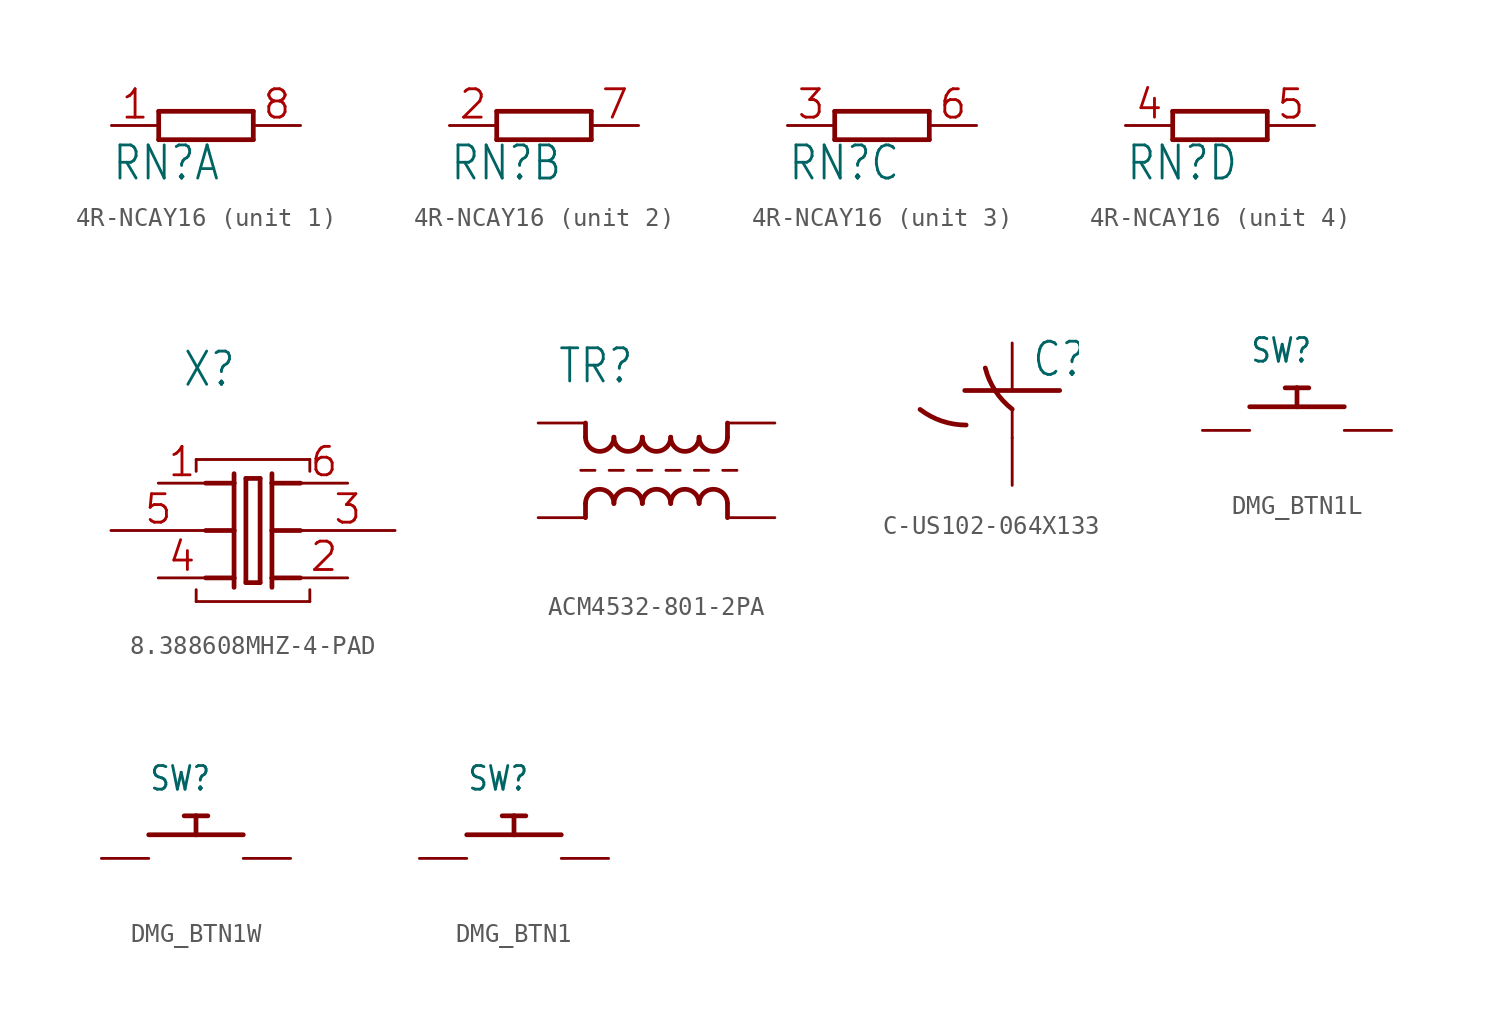
<source format=kicad_sym>
(kicad_symbol_lib
  (version 20241209)
  (generator "kicad_symbol_editor")
  (generator_version "9.0")
  (symbol "4R-NCAY16"
    (property "Reference" "RN"
      (at -5.08 -3.048 0)
      (effects (font (size 1.778 1.511)) (justify left bottom)))
    (property "Value" ""
      (at 2.54 -3.048 0)
      (effects (font (size 1.778 1.511)) (justify left bottom)))
    (property "ki_locked" ""
      (at 0 0 0)
      (effects (font (size 1.27 1.27))))
    (symbol "4R-NCAY16_1_0"
      (polyline (pts (xy -2.54 0.762) (xy -2.54 -0.762)) (stroke (width 0.254) (type solid)) (fill (type none)))
      (polyline (pts (xy -2.54 -0.762) (xy 2.54 -0.762)) (stroke (width 0.254) (type solid)) (fill (type none)))
      (polyline (pts (xy 2.54 0.762) (xy -2.54 0.762)) (stroke (width 0.254) (type solid)) (fill (type none)))
      (polyline (pts (xy 2.54 -0.762) (xy 2.54 0.762)) (stroke (width 0.254) (type solid)) (fill (type none)))
      (pin passive line (at -5.08 0 0) (length 2.54) (name "1" (effects (font (size 0 0)))) (number "1" (effects (font (size 1.524 1.524)))))
      (pin passive line (at 5.08 0 180) (length 2.54) (name "2" (effects (font (size 0 0)))) (number "8" (effects (font (size 1.524 1.524))))))
    (symbol "4R-NCAY16_2_0"
      (polyline (pts (xy -2.54 0.762) (xy -2.54 -0.762)) (stroke (width 0.254) (type solid)) (fill (type none)))
      (polyline (pts (xy -2.54 -0.762) (xy 2.54 -0.762)) (stroke (width 0.254) (type solid)) (fill (type none)))
      (polyline (pts (xy 2.54 0.762) (xy -2.54 0.762)) (stroke (width 0.254) (type solid)) (fill (type none)))
      (polyline (pts (xy 2.54 -0.762) (xy 2.54 0.762)) (stroke (width 0.254) (type solid)) (fill (type none)))
      (pin passive line (at -5.08 0 0) (length 2.54) (name "1" (effects (font (size 0 0)))) (number "2" (effects (font (size 1.524 1.524)))))
      (pin passive line (at 5.08 0 180) (length 2.54) (name "2" (effects (font (size 0 0)))) (number "7" (effects (font (size 1.524 1.524))))))
    (symbol "4R-NCAY16_3_0"
      (polyline (pts (xy -2.54 0.762) (xy -2.54 -0.762)) (stroke (width 0.254) (type solid)) (fill (type none)))
      (polyline (pts (xy -2.54 -0.762) (xy 2.54 -0.762)) (stroke (width 0.254) (type solid)) (fill (type none)))
      (polyline (pts (xy 2.54 0.762) (xy -2.54 0.762)) (stroke (width 0.254) (type solid)) (fill (type none)))
      (polyline (pts (xy 2.54 -0.762) (xy 2.54 0.762)) (stroke (width 0.254) (type solid)) (fill (type none)))
      (pin passive line (at -5.08 0 0) (length 2.54) (name "1" (effects (font (size 0 0)))) (number "3" (effects (font (size 1.524 1.524)))))
      (pin passive line (at 5.08 0 180) (length 2.54) (name "2" (effects (font (size 0 0)))) (number "6" (effects (font (size 1.524 1.524))))))
    (symbol "4R-NCAY16_4_0"
      (polyline (pts (xy -2.54 0.762) (xy -2.54 -0.762)) (stroke (width 0.254) (type solid)) (fill (type none)))
      (polyline (pts (xy -2.54 -0.762) (xy 2.54 -0.762)) (stroke (width 0.254) (type solid)) (fill (type none)))
      (polyline (pts (xy 2.54 0.762) (xy -2.54 0.762)) (stroke (width 0.254) (type solid)) (fill (type none)))
      (polyline (pts (xy 2.54 -0.762) (xy 2.54 0.762)) (stroke (width 0.254) (type solid)) (fill (type none)))
      (pin passive line (at -5.08 0 0) (length 2.54) (name "1" (effects (font (size 0 0)))) (number "4" (effects (font (size 1.524 1.524)))))
      (pin passive line (at 5.08 0 180) (length 2.54) (name "2" (effects (font (size 0 0)))) (number "5" (effects (font (size 1.524 1.524)))))))
  (symbol "8.388608MHZ-4-PAD"
    (property "Reference" "X"
      (at -3.81 7.62 0)
      (effects (font (size 1.778 1.511)) (justify left bottom)))
    (property "Value" ""
      (at -3.81 5.08 0)
      (effects (font (size 1.778 1.511)) (justify left bottom)))
    (property "ki_locked" ""
      (at 0 0 0)
      (effects (font (size 1.27 1.27))))
    (symbol "8.388608MHZ-4-PAD_1_0"
      (polyline (pts (xy -3.048 3.81) (xy 3.048 3.81)) (stroke (width 0.152) (type solid)) (fill (type none)))
      (polyline (pts (xy -3.048 3.175) (xy -3.048 3.81)) (stroke (width 0.152) (type solid)) (fill (type none)))
      (polyline (pts (xy -3.048 -3.81) (xy -3.048 -3.175)) (stroke (width 0.152) (type solid)) (fill (type none)))
      (polyline (pts (xy -3.048 -3.81) (xy 3.048 -3.81)) (stroke (width 0.152) (type solid)) (fill (type none)))
      (polyline (pts (xy -2.54 2.54) (xy -1.016 2.54)) (stroke (width 0.254) (type solid)) (fill (type none)))
      (polyline (pts (xy -2.54 0) (xy -1.016 0)) (stroke (width 0.254) (type solid)) (fill (type none)))
      (polyline (pts (xy -2.54 -2.54) (xy -1.016 -2.54)) (stroke (width 0.254) (type solid)) (fill (type none)))
      (polyline (pts (xy -1.27 0) (xy -1.016 0)) (stroke (width 0.152) (type solid)) (fill (type none)))
      (polyline (pts (xy -1.016 3.048) (xy -1.016 2.54)) (stroke (width 0.254) (type solid)) (fill (type none)))
      (polyline (pts (xy -1.016 2.54) (xy -1.016 0)) (stroke (width 0.254) (type solid)) (fill (type none)))
      (polyline (pts (xy -1.016 0) (xy -1.016 -2.54)) (stroke (width 0.254) (type solid)) (fill (type none)))
      (polyline (pts (xy -1.016 -2.54) (xy -1.016 -3.048)) (stroke (width 0.254) (type solid)) (fill (type none)))
      (polyline (pts (xy -0.381 2.794) (xy -0.381 -2.794)) (stroke (width 0.254) (type solid)) (fill (type none)))
      (polyline (pts (xy -0.381 -2.794) (xy 0.381 -2.794)) (stroke (width 0.254) (type solid)) (fill (type none)))
      (polyline (pts (xy 0.381 2.794) (xy -0.381 2.794)) (stroke (width 0.254) (type solid)) (fill (type none)))
      (polyline (pts (xy 0.381 -2.794) (xy 0.381 2.794)) (stroke (width 0.254) (type solid)) (fill (type none)))
      (polyline (pts (xy 1.016 3.048) (xy 1.016 2.54)) (stroke (width 0.254) (type solid)) (fill (type none)))
      (polyline (pts (xy 1.016 2.54) (xy 1.016 0)) (stroke (width 0.254) (type solid)) (fill (type none)))
      (polyline (pts (xy 1.016 2.54) (xy 2.54 2.54)) (stroke (width 0.254) (type solid)) (fill (type none)))
      (polyline (pts (xy 1.016 0) (xy 1.016 -2.54)) (stroke (width 0.254) (type solid)) (fill (type none)))
      (polyline (pts (xy 1.016 0) (xy 1.27 0)) (stroke (width 0.152) (type solid)) (fill (type none)))
      (polyline (pts (xy 1.016 0) (xy 2.54 0)) (stroke (width 0.254) (type solid)) (fill (type none)))
      (polyline (pts (xy 1.016 -2.54) (xy 1.016 -3.048)) (stroke (width 0.254) (type solid)) (fill (type none)))
      (polyline (pts (xy 1.016 -2.54) (xy 2.54 -2.54)) (stroke (width 0.254) (type solid)) (fill (type none)))
      (polyline (pts (xy 3.048 3.81) (xy 3.048 3.175)) (stroke (width 0.152) (type solid)) (fill (type none)))
      (polyline (pts (xy 3.048 -3.175) (xy 3.048 -3.81)) (stroke (width 0.152) (type solid)) (fill (type none)))
      (pin passive line (at -7.62 0 0) (length 5.08) (name "5" (effects (font (size 0 0)))) (number "5" (effects (font (size 1.524 1.524)))))
      (pin passive line (at -5.08 2.54 0) (length 2.54) (name "1" (effects (font (size 0 0)))) (number "1" (effects (font (size 1.524 1.524)))))
      (pin passive line (at -5.08 -2.54 0) (length 2.54) (name "4" (effects (font (size 0 0)))) (number "4" (effects (font (size 1.524 1.524)))))
      (pin passive line (at 5.08 2.54 180) (length 2.54) (name "6" (effects (font (size 0 0)))) (number "6" (effects (font (size 1.524 1.524)))))
      (pin passive line (at 5.08 -2.54 180) (length 2.54) (name "2" (effects (font (size 0 0)))) (number "2" (effects (font (size 1.524 1.524)))))
      (pin passive line (at 7.62 0 180) (length 5.08) (name "3" (effects (font (size 0 0)))) (number "3" (effects (font (size 1.524 1.524)))))))
  (symbol "ACM4532-801-2PA"
    (property "Reference" "TR"
      (at -6.604 4.572 0)
      (effects (font (size 1.778 1.511)) (justify left bottom)))
    (property "Value" ""
      (at -6.604 -5.08 0)
      (effects (font (size 1.778 1.511)) (justify left bottom)))
    (property "ki_locked" ""
      (at 0 0 0)
      (effects (font (size 1.27 1.27))))
    (symbol "ACM4532-801-2PA_1_0"
      (polyline (pts (xy -5.334 0) (xy -4.572 0)) (stroke (width 0.152) (type solid)) (fill (type none)))
      (polyline (pts (xy -5.08 1.778) (xy -5.08 2.54)) (stroke (width 0.254) (type solid)) (fill (type none)))
      (polyline (pts (xy -5.08 -1.778) (xy -5.08 -2.54)) (stroke (width 0.254) (type solid)) (fill (type none)))
      (arc (start -3.556 1.778) (mid -4.318 1.016) (end -5.08 1.778) (stroke (width 0.254) (type solid)) (fill (type none)))
      (arc (start -5.08 -1.778) (mid -4.318 -1.016) (end -3.556 -1.778) (stroke (width 0.254) (type solid)) (fill (type none)))
      (polyline (pts (xy -3.81 0) (xy -3.048 0)) (stroke (width 0.152) (type solid)) (fill (type none)))
      (arc (start -2.032 1.778) (mid -2.794 1.016) (end -3.556 1.778) (stroke (width 0.254) (type solid)) (fill (type none)))
      (arc (start -3.556 -1.778) (mid -2.794 -1.016) (end -2.032 -1.778) (stroke (width 0.254) (type solid)) (fill (type none)))
      (polyline (pts (xy -2.286 0) (xy -1.524 0)) (stroke (width 0.152) (type solid)) (fill (type none)))
      (arc (start -0.508 1.778) (mid -1.27 1.016) (end -2.032 1.778) (stroke (width 0.254) (type solid)) (fill (type none)))
      (arc (start -2.032 -1.778) (mid -1.27 -1.016) (end -0.508 -1.778) (stroke (width 0.254) (type solid)) (fill (type none)))
      (polyline (pts (xy -0.762 0) (xy 0 0)) (stroke (width 0.152) (type solid)) (fill (type none)))
      (arc (start 1.016 1.778) (mid 0.254 1.016) (end -0.508 1.778) (stroke (width 0.254) (type solid)) (fill (type none)))
      (arc (start -0.508 -1.778) (mid 0.254 -1.016) (end 1.016 -1.778) (stroke (width 0.254) (type solid)) (fill (type none)))
      (polyline (pts (xy 0.762 0) (xy 1.524 0)) (stroke (width 0.152) (type solid)) (fill (type none)))
      (arc (start 2.54 1.778) (mid 1.778 1.016) (end 1.016 1.778) (stroke (width 0.254) (type solid)) (fill (type none)))
      (arc (start 1.016 -1.778) (mid 1.778 -1.016) (end 2.54 -1.778) (stroke (width 0.254) (type solid)) (fill (type none)))
      (polyline (pts (xy 2.286 0) (xy 3.048 0)) (stroke (width 0.152) (type solid)) (fill (type none)))
      (polyline (pts (xy 2.54 1.778) (xy 2.54 2.54)) (stroke (width 0.254) (type solid)) (fill (type none)))
      (polyline (pts (xy 2.54 -1.778) (xy 2.54 -2.54)) (stroke (width 0.254) (type solid)) (fill (type none)))
      (pin passive line (at -7.62 2.54 0) (length 2.54) (name "1" (effects (font (size 0 0)))) (number "1" (effects (font (size 0 0)))))
      (pin passive line (at -7.62 -2.54 0) (length 2.54) (name "2" (effects (font (size 0 0)))) (number "2" (effects (font (size 0 0)))))
      (pin passive line (at 5.08 2.54 180) (length 2.54) (name "4" (effects (font (size 0 0)))) (number "4" (effects (font (size 0 0)))))
      (pin passive line (at 5.08 -2.54 180) (length 2.54) (name "3" (effects (font (size 0 0)))) (number "3" (effects (font (size 0 0)))))))
  (symbol "C-US102-064X133"
    (property "Reference" "C"
      (at 1.016 0.635 0)
      (effects (font (size 1.778 1.511)) (justify left bottom)))
    (property "Value" ""
      (at 1.016 -4.191 0)
      (effects (font (size 1.778 1.511)) (justify left bottom)))
    (property "ki_locked" ""
      (at 0 0 0)
      (effects (font (size 1.27 1.27))))
    (symbol "C-US102-064X133_1_0"
      (polyline (pts (xy -2.54 0) (xy 2.54 0)) (stroke (width 0.254) (type solid)) (fill (type none)))
      (arc (start -2.4668 -1.8504) (mid -3.7688 -1.6361) (end -4.9335 -1.016) (stroke (width 0.254) (type solid)) (fill (type none)))
      (polyline (pts (xy 0 -1.016) (xy 0 -2.54)) (stroke (width 0.152) (type solid)) (fill (type none)))
      (arc (start 0 -1) (mid -0.9038 -0.0189) (end -1.4403 1.2025) (stroke (width 0.254) (type solid)) (fill (type none)))
      (pin passive line (at 0 2.54 270) (length 2.54) (name "1" (effects (font (size 0 0)))) (number "1" (effects (font (size 0 0)))))
      (pin passive line (at 0 -5.08 90) (length 2.54) (name "2" (effects (font (size 0 0)))) (number "2" (effects (font (size 0 0)))))))
  (symbol "DMG_BTN1L"
    (property "Reference" "SW"
      (at -2.54 3.556 0)
      (effects (font (size 1.27 1.079)) (justify left bottom)))
    (property "Value" ""
      (at -2.54 -2.286 0)
      (effects (font (size 1.27 1.079)) (justify left bottom)))
    (property "ki_locked" ""
      (at 0 0 0)
      (effects (font (size 1.27 1.27))))
    (symbol "DMG_BTN1L_1_0"
      (polyline (pts (xy -2.54 1.27) (xy 0 1.27)) (stroke (width 0.254) (type solid)) (fill (type none)))
      (polyline (pts (xy -0.635 2.286) (xy 0 2.286)) (stroke (width 0.254) (type solid)) (fill (type none)))
      (polyline (pts (xy 0 2.286) (xy 0.635 2.286)) (stroke (width 0.254) (type solid)) (fill (type none)))
      (polyline (pts (xy 0 1.27) (xy 0 2.286)) (stroke (width 0.254) (type solid)) (fill (type none)))
      (polyline (pts (xy 0 1.27) (xy 2.54 1.27)) (stroke (width 0.254) (type solid)) (fill (type none)))
      (pin passive line (at -5.08 0 0) (length 2.54) (name "P$1" (effects (font (size 0 0)))) (number "P$1" (effects (font (size 0 0)))))
      (pin passive line (at 5.08 0 180) (length 2.54) (name "P$2" (effects (font (size 0 0)))) (number "P$2" (effects (font (size 0 0)))))))
  (symbol "DMG_BTN1W"
    (property "Reference" "SW"
      (at -2.54 3.556 0)
      (effects (font (size 1.27 1.079)) (justify left bottom)))
    (property "Value" ""
      (at -2.54 -2.286 0)
      (effects (font (size 1.27 1.079)) (justify left bottom)))
    (property "ki_locked" ""
      (at 0 0 0)
      (effects (font (size 1.27 1.27))))
    (symbol "DMG_BTN1W_1_0"
      (polyline (pts (xy -2.54 1.27) (xy 0 1.27)) (stroke (width 0.254) (type solid)) (fill (type none)))
      (polyline (pts (xy -0.635 2.286) (xy 0 2.286)) (stroke (width 0.254) (type solid)) (fill (type none)))
      (polyline (pts (xy 0 2.286) (xy 0.635 2.286)) (stroke (width 0.254) (type solid)) (fill (type none)))
      (polyline (pts (xy 0 1.27) (xy 0 2.286)) (stroke (width 0.254) (type solid)) (fill (type none)))
      (polyline (pts (xy 0 1.27) (xy 2.54 1.27)) (stroke (width 0.254) (type solid)) (fill (type none)))
      (pin passive line (at -5.08 0 0) (length 2.54) (name "P$1" (effects (font (size 0 0)))) (number "P$1" (effects (font (size 0 0)))))
      (pin passive line (at 5.08 0 180) (length 2.54) (name "P$2" (effects (font (size 0 0)))) (number "P$2" (effects (font (size 0 0)))))))
  (symbol "DMG_BTN1"
    (property "Reference" "SW"
      (at -2.54 3.556 0)
      (effects (font (size 1.27 1.079)) (justify left bottom)))
    (property "Value" ""
      (at -2.54 -2.286 0)
      (effects (font (size 1.27 1.079)) (justify left bottom)))
    (property "ki_locked" ""
      (at 0 0 0)
      (effects (font (size 1.27 1.27))))
    (symbol "DMG_BTN1_1_0"
      (polyline (pts (xy -2.54 1.27) (xy 0 1.27)) (stroke (width 0.254) (type solid)) (fill (type none)))
      (polyline (pts (xy -0.635 2.286) (xy 0 2.286)) (stroke (width 0.254) (type solid)) (fill (type none)))
      (polyline (pts (xy 0 2.286) (xy 0.635 2.286)) (stroke (width 0.254) (type solid)) (fill (type none)))
      (polyline (pts (xy 0 1.27) (xy 0 2.286)) (stroke (width 0.254) (type solid)) (fill (type none)))
      (polyline (pts (xy 0 1.27) (xy 2.54 1.27)) (stroke (width 0.254) (type solid)) (fill (type none)))
      (pin passive line (at -5.08 0 0) (length 2.54) (name "P$1" (effects (font (size 0 0)))) (number "P$2" (effects (font (size 0 0)))))
      (pin passive line (at 5.08 0 180) (length 2.54) (name "P$2" (effects (font (size 0 0)))) (number "P$1" (effects (font (size 0 0))))))))
</source>
